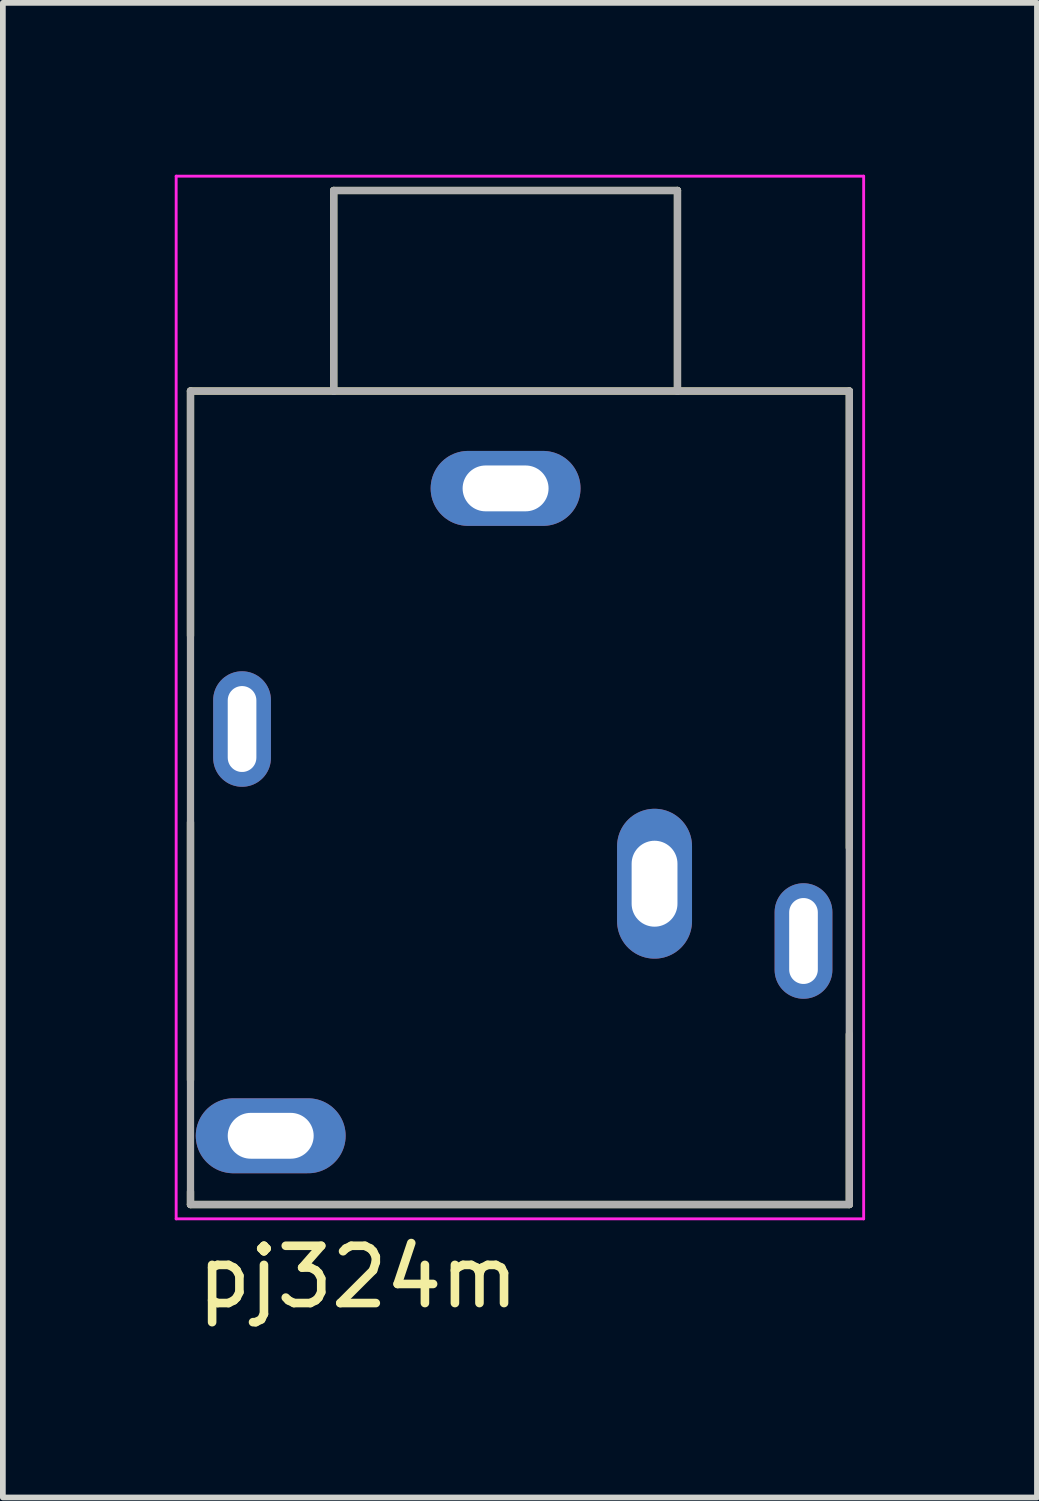
<source format=kicad_pcb>
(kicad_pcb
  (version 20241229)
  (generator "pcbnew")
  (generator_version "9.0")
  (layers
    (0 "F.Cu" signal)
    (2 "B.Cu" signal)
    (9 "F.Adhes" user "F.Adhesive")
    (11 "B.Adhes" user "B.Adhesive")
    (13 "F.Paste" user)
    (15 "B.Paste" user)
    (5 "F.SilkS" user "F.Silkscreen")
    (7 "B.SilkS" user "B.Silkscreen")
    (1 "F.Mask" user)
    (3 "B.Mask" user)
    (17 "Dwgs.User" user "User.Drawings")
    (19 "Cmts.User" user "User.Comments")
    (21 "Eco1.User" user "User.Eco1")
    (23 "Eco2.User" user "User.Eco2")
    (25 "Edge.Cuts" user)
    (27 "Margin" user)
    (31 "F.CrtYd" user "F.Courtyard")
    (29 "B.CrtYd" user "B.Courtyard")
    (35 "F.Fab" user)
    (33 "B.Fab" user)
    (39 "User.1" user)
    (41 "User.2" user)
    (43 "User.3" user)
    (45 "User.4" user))
  (footprint "pj324m"
    (layer "F.Cu")
    (at 5.775 10.875)
    (property "Reference" "pj324m" (at -2.575 8.365 0) (layer "F.SilkS") (effects (font (size 1 1) (thickness 0.15))))
    (attr through_hole)
    (fp_line (start -5.5 -7.1) (end -3 -7.1) (stroke (width 0.127) (type solid)) (layer "F.SilkS"))
    (fp_line (start -5.5 -2.828) (end -5.5 -7.1) (stroke (width 0.127) (type solid)) (layer "F.SilkS"))
    (fp_line (start -5.5 0.428) (end -5.5 4.926) (stroke (width 0.127) (type solid)) (layer "F.SilkS"))
    (fp_line (start -5.5 7.1) (end -5.5 6.874) (stroke (width 0.127) (type solid)) (layer "F.SilkS"))
    (fp_line (start -3 -10.6) (end -3 -7.1) (stroke (width 0.127) (type solid)) (layer "F.SilkS"))
    (fp_line (start -3 -7.1) (end 3 -7.1) (stroke (width 0.127) (type solid)) (layer "F.SilkS"))
    (fp_line (start 3 -10.6) (end -3 -10.6) (stroke (width 0.127) (type solid)) (layer "F.SilkS"))
    (fp_line (start 3 -7.1) (end 3 -10.6) (stroke (width 0.127) (type solid)) (layer "F.SilkS"))
    (fp_line (start 3 -7.1) (end 6 -7.1) (stroke (width 0.127) (type solid)) (layer "F.SilkS"))
    (fp_line (start 6 -7.1) (end 6 0.872) (stroke (width 0.127) (type solid)) (layer "F.SilkS"))
    (fp_line (start 6 7.1) (end -5.5 7.1) (stroke (width 0.127) (type solid)) (layer "F.SilkS"))
    (fp_line (start 6 7.1) (end 6 4.128) (stroke (width 0.127) (type solid)) (layer "F.SilkS"))
    (fp_line (start -5.75 -10.85) (end -5.75 7.35) (stroke (width 0.05) (type solid)) (layer "F.CrtYd"))
    (fp_line (start -5.75 7.35) (end 6.25 7.35) (stroke (width 0.05) (type solid)) (layer "F.CrtYd"))
    (fp_line (start 6.25 -10.85) (end -5.75 -10.85) (stroke (width 0.05) (type solid)) (layer "F.CrtYd"))
    (fp_line (start 6.25 7.35) (end 6.25 -10.85) (stroke (width 0.05) (type solid)) (layer "F.CrtYd"))
    (fp_line (start -5.5 -7.1) (end -3 -7.1) (stroke (width 0.127) (type solid)) (layer "F.Fab"))
    (fp_line (start -5.5 7.1) (end -5.5 -7.1) (stroke (width 0.127) (type solid)) (layer "F.Fab"))
    (fp_line (start -3 -10.6) (end -3 -7.1) (stroke (width 0.127) (type solid)) (layer "F.Fab"))
    (fp_line (start -3 -7.1) (end 3 -7.1) (stroke (width 0.127) (type solid)) (layer "F.Fab"))
    (fp_line (start 3 -10.6) (end -3 -10.6) (stroke (width 0.127) (type solid)) (layer "F.Fab"))
    (fp_line (start 3 -7.1) (end 3 -10.6) (stroke (width 0.127) (type solid)) (layer "F.Fab"))
    (fp_line (start 3 -7.1) (end 6 -7.1) (stroke (width 0.127) (type solid)) (layer "F.Fab"))
    (fp_line (start 6 -7.1) (end 6 7.1) (stroke (width 0.127) (type solid)) (layer "F.Fab"))
    (fp_line (start 6 7.1) (end -5.5 7.1) (stroke (width 0.127) (type solid)) (layer "F.Fab"))
    (pad "G" thru_hole oval (at 0 -5.4) (size 2.616 1.308) (drill oval 1.5 0.8) (layers "*.Cu" "*.Mask"))
    (pad "S" thru_hole oval (at 5.2 2.5) (size 1.008 2.016) (drill oval 0.5 1.5) (layers "*.Cu" "*.Mask"))
    (pad "SN" thru_hole oval (at 2.6 1.5) (size 1.308 2.616) (drill oval 0.8 1.5) (layers "*.Cu" "*.Mask"))
    (pad "T" thru_hole oval (at -4.6 -1.2) (size 1.008 2.016) (drill oval 0.5 1.5) (layers "*.Cu" "*.Mask"))
    (pad "TN" thru_hole oval (at -4.1 5.9) (size 2.616 1.308) (drill oval 1.5 0.8) (layers "*.Cu" "*.Mask")))
  (gr_rect
    (start -3 -3)
    (end 15.05 23.088)
    (stroke (width 0.1) (type default))
    (fill no)
    (layer "Edge.Cuts")))
</source>
